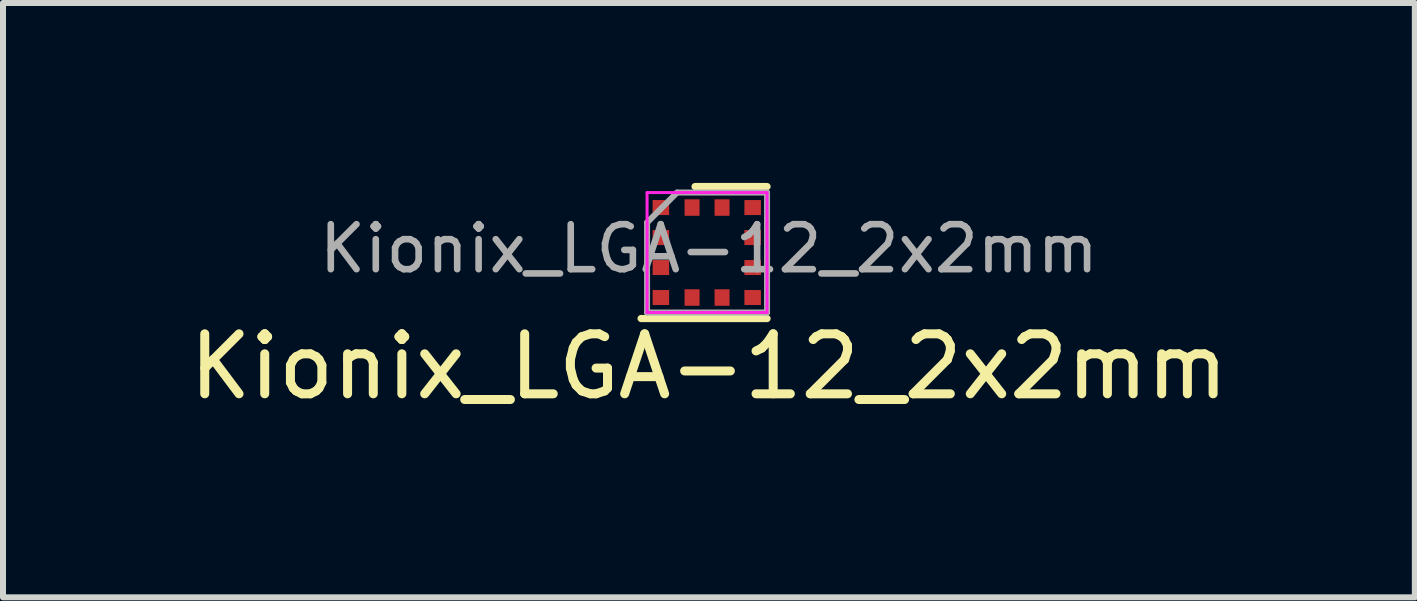
<source format=kicad_pcb>
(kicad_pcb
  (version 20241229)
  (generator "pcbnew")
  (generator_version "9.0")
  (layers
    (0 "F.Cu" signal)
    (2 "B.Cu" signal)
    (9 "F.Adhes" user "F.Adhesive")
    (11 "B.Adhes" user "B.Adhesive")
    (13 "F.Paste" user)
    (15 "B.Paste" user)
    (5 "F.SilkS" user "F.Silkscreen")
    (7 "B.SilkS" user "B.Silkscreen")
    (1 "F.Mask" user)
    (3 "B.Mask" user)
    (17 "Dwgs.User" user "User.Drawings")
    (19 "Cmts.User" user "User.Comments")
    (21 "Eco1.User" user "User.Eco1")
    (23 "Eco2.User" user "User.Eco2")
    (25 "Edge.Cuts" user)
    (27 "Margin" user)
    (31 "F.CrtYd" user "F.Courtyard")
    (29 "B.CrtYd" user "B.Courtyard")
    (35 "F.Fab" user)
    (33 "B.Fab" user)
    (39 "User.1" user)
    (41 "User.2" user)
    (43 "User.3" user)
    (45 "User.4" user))
  (footprint "Kionix_LGA-12_2x2mm"
    (layer "F.Cu")
    (at 8.737 1.16)
    (property "Reference" "Kionix_LGA-12_2x2mm" (at 0.031 1.9 180) (layer "F.SilkS") (effects (font (size 1 1) (thickness 0.15))))
    (attr smd)
    (fp_line (start 1 -1.1) (end -0.2 -1.1) (stroke (width 0.12) (type solid)) (layer "F.SilkS"))
    (fp_line (start 1 1.1) (end -1.1 1.1) (stroke (width 0.12) (type solid)) (layer "F.SilkS"))
    (fp_line (start -1 -1) (end -1 1) (stroke (width 0.05) (type solid)) (layer "F.CrtYd"))
    (fp_line (start -1 1) (end 1 1) (stroke (width 0.05) (type solid)) (layer "F.CrtYd"))
    (fp_line (start 1 -1) (end -1 -1) (stroke (width 0.05) (type solid)) (layer "F.CrtYd"))
    (fp_line (start 1 1) (end 1 -1) (stroke (width 0.05) (type solid)) (layer "F.CrtYd"))
    (fp_line (start -1 -0.5) (end -0.5 -1) (stroke (width 0.1) (type solid)) (layer "F.Fab"))
    (fp_line (start -1 1) (end -1 -0.5) (stroke (width 0.1) (type solid)) (layer "F.Fab"))
    (fp_line (start -0.5 -1) (end 1 -1) (stroke (width 0.1) (type solid)) (layer "F.Fab"))
    (fp_line (start 1 -1) (end 1 1) (stroke (width 0.1) (type solid)) (layer "F.Fab"))
    (fp_line (start 1 1) (end -1 1) (stroke (width 0.1) (type solid)) (layer "F.Fab"))
    (fp_text user "${REFERENCE}" (at 0.031 -0.064 180) (layer "F.Fab") (effects (font (size 0.75 0.75) (thickness 0.11))))
    (pad "1" smd rect (at -0.77 -0.75) (size 0.275 0.25) (layers "F.Cu" "F.Mask" "F.Paste"))
    (pad "2" smd rect (at -0.77 -0.25) (size 0.275 0.25) (layers "F.Cu" "F.Mask" "F.Paste"))
    (pad "3" smd rect (at -0.77 0.25) (size 0.275 0.25) (layers "F.Cu" "F.Mask" "F.Paste"))
    (pad "4" smd rect (at -0.77 0.75) (size 0.275 0.25) (layers "F.Cu" "F.Mask" "F.Paste"))
    (pad "5" smd rect (at -0.25 0.75) (size 0.25 0.275) (layers "F.Cu" "F.Mask" "F.Paste"))
    (pad "6" smd rect (at 0.25 0.75) (size 0.25 0.275) (layers "F.Cu" "F.Mask" "F.Paste"))
    (pad "7" smd rect (at 0.76 0.75) (size 0.275 0.25) (layers "F.Cu" "F.Mask" "F.Paste"))
    (pad "8" smd rect (at 0.76 0.25) (size 0.275 0.25) (layers "F.Cu" "F.Mask" "F.Paste"))
    (pad "9" smd rect (at 0.76 -0.25) (size 0.275 0.25) (layers "F.Cu" "F.Mask" "F.Paste"))
    (pad "10" smd rect (at 0.76 -0.75) (size 0.275 0.25) (layers "F.Cu" "F.Mask" "F.Paste"))
    (pad "11" smd rect (at 0.25 -0.75) (size 0.25 0.275) (layers "F.Cu" "F.Mask" "F.Paste"))
    (pad "12" smd rect (at -0.25 -0.75) (size 0.25 0.275) (layers "F.Cu" "F.Mask" "F.Paste")))
  (gr_rect
    (start -3 -3)
    (end 20.536 6.908)
    (stroke (width 0.1) (type default))
    (fill no)
    (layer "Edge.Cuts")))
</source>
